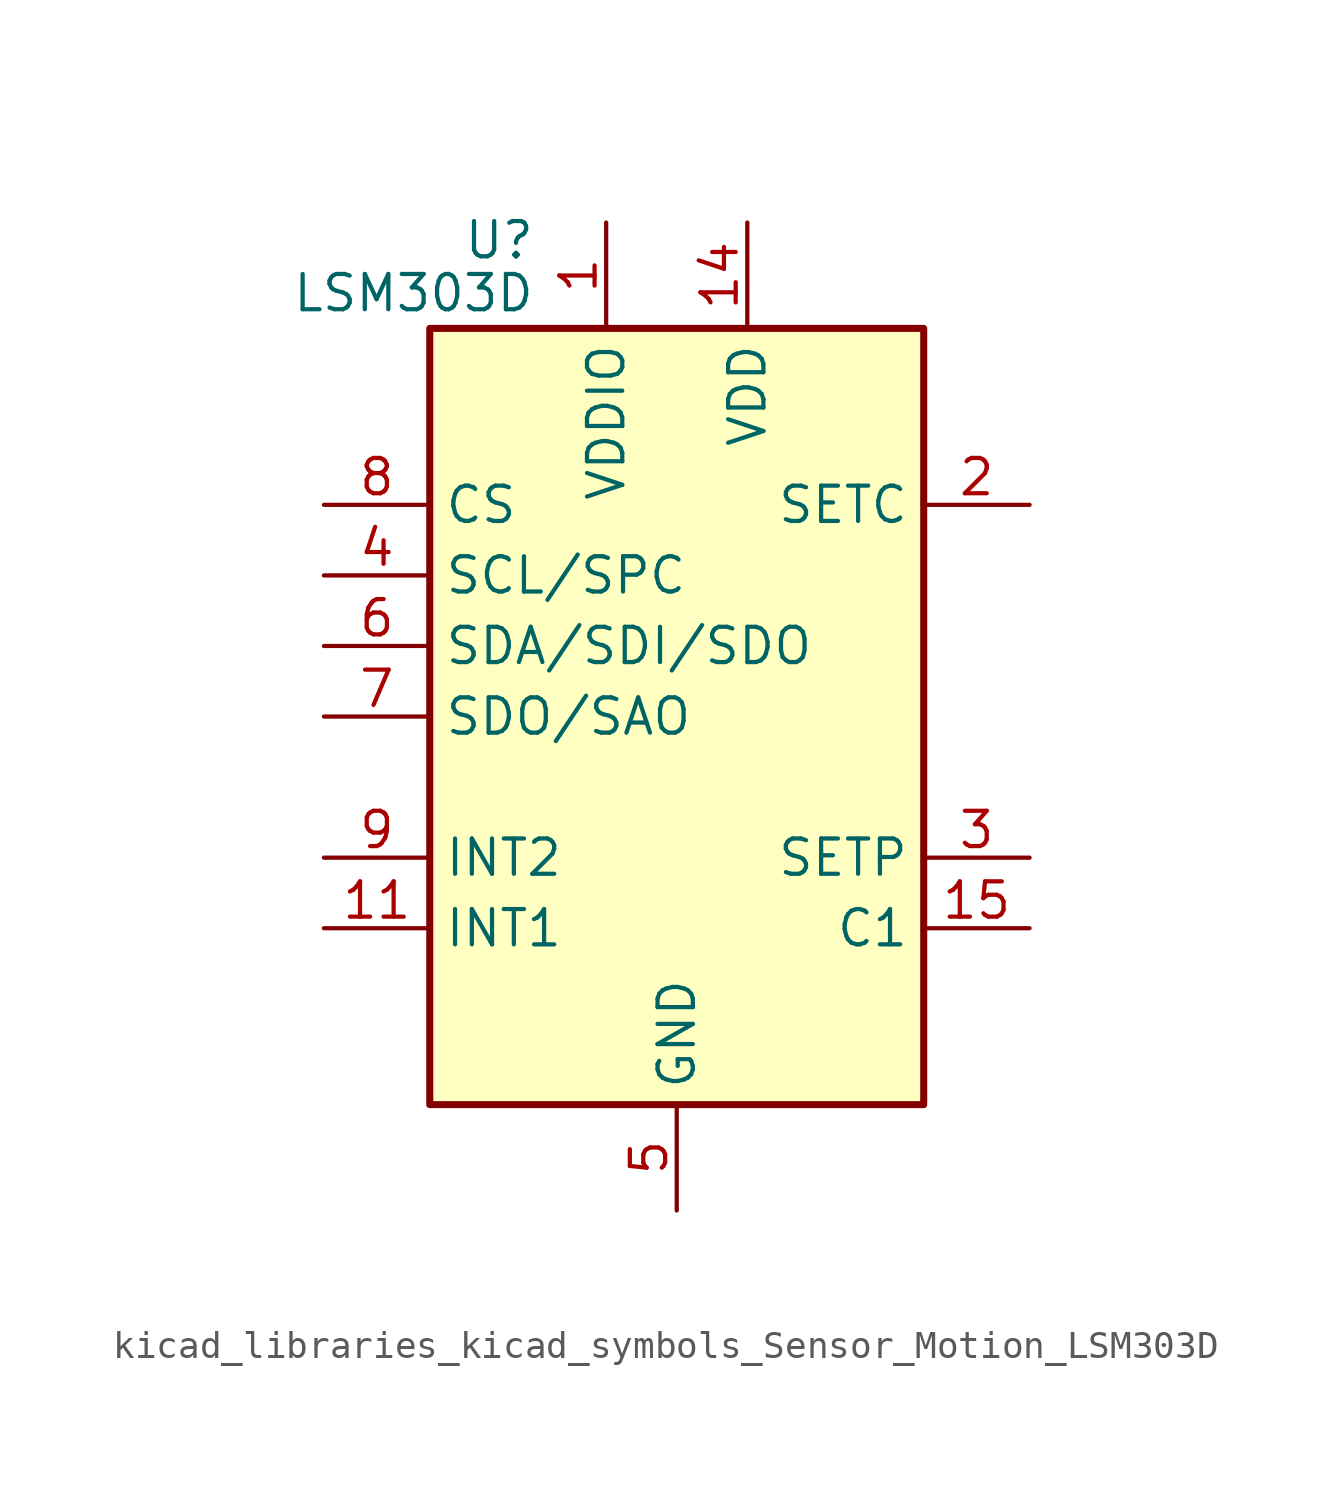
<source format=kicad_sym>
(kicad_symbol_lib
  (version 20220914)
  (generator kicad_symbol_editor)
  (symbol "kicad_libraries_kicad_symbols_Sensor_Motion_LSM303D"
    (property "Reference" "U"
      (at -5.08 17.145 0)
      (effects (font (size 1.27 1.27)) (justify right)))
    (property "Value" "LSM303D"
      (at -5.08 15.24 0)
      (effects (font (size 1.27 1.27)) (justify right)))
    (symbol "kicad_libraries_kicad_symbols_Sensor_Motion_LSM303D_0_1"
      (rectangle (start 8.89 13.97) (end -8.89 -13.97) (stroke (width 0.254) (type default)) (fill (type background))))
    (symbol "kicad_libraries_kicad_symbols_Sensor_Motion_LSM303D_1_1"
      (pin power_in line (at -2.54 17.78 270) (length 3.81) (name "VDDIO" (effects (font (size 1.27 1.27)))) (number "1" (effects (font (size 1.27 1.27)))))
      (pin passive line (at 0 -17.78 90) (length 3.81) hide (name "GND" (effects (font (size 1.27 1.27)))) (number "10" (effects (font (size 1.27 1.27)))))
      (pin output line (at -12.7 -7.62 0) (length 3.81) (name "INT1" (effects (font (size 1.27 1.27)))) (number "11" (effects (font (size 1.27 1.27)))))
      (pin passive line (at 0 -17.78 90) (length 3.81) hide (name "GND" (effects (font (size 1.27 1.27)))) (number "12" (effects (font (size 1.27 1.27)))))
      (pin passive line (at 0 -17.78 90) (length 3.81) hide (name "GND" (effects (font (size 1.27 1.27)))) (number "13" (effects (font (size 1.27 1.27)))))
      (pin power_in line (at 2.54 17.78 270) (length 3.81) (name "VDD" (effects (font (size 1.27 1.27)))) (number "14" (effects (font (size 1.27 1.27)))))
      (pin passive line (at 12.7 -7.62 180) (length 3.81) (name "C1" (effects (font (size 1.27 1.27)))) (number "15" (effects (font (size 1.27 1.27)))))
      (pin passive line (at 0 -17.78 90) (length 3.81) hide (name "GND" (effects (font (size 1.27 1.27)))) (number "16" (effects (font (size 1.27 1.27)))))
      (pin passive line (at 12.7 7.62 180) (length 3.81) (name "SETC" (effects (font (size 1.27 1.27)))) (number "2" (effects (font (size 1.27 1.27)))))
      (pin passive line (at 12.7 -5.08 180) (length 3.81) (name "SETP" (effects (font (size 1.27 1.27)))) (number "3" (effects (font (size 1.27 1.27)))))
      (pin input line (at -12.7 5.08 0) (length 3.81) (name "SCL/SPC" (effects (font (size 1.27 1.27)))) (number "4" (effects (font (size 1.27 1.27)))))
      (pin power_in line (at 0 -17.78 90) (length 3.81) (name "GND" (effects (font (size 1.27 1.27)))) (number "5" (effects (font (size 1.27 1.27)))))
      (pin bidirectional line (at -12.7 2.54 0) (length 3.81) (name "SDA/SDI/SDO" (effects (font (size 1.27 1.27)))) (number "6" (effects (font (size 1.27 1.27)))))
      (pin output line (at -12.7 0 0) (length 3.81) (name "SDO/SAO" (effects (font (size 1.27 1.27)))) (number "7" (effects (font (size 1.27 1.27)))))
      (pin input line (at -12.7 7.62 0) (length 3.81) (name "CS" (effects (font (size 1.27 1.27)))) (number "8" (effects (font (size 1.27 1.27)))))
      (pin output line (at -12.7 -5.08 0) (length 3.81) (name "INT2" (effects (font (size 1.27 1.27)))) (number "9" (effects (font (size 1.27 1.27))))))))
</source>
